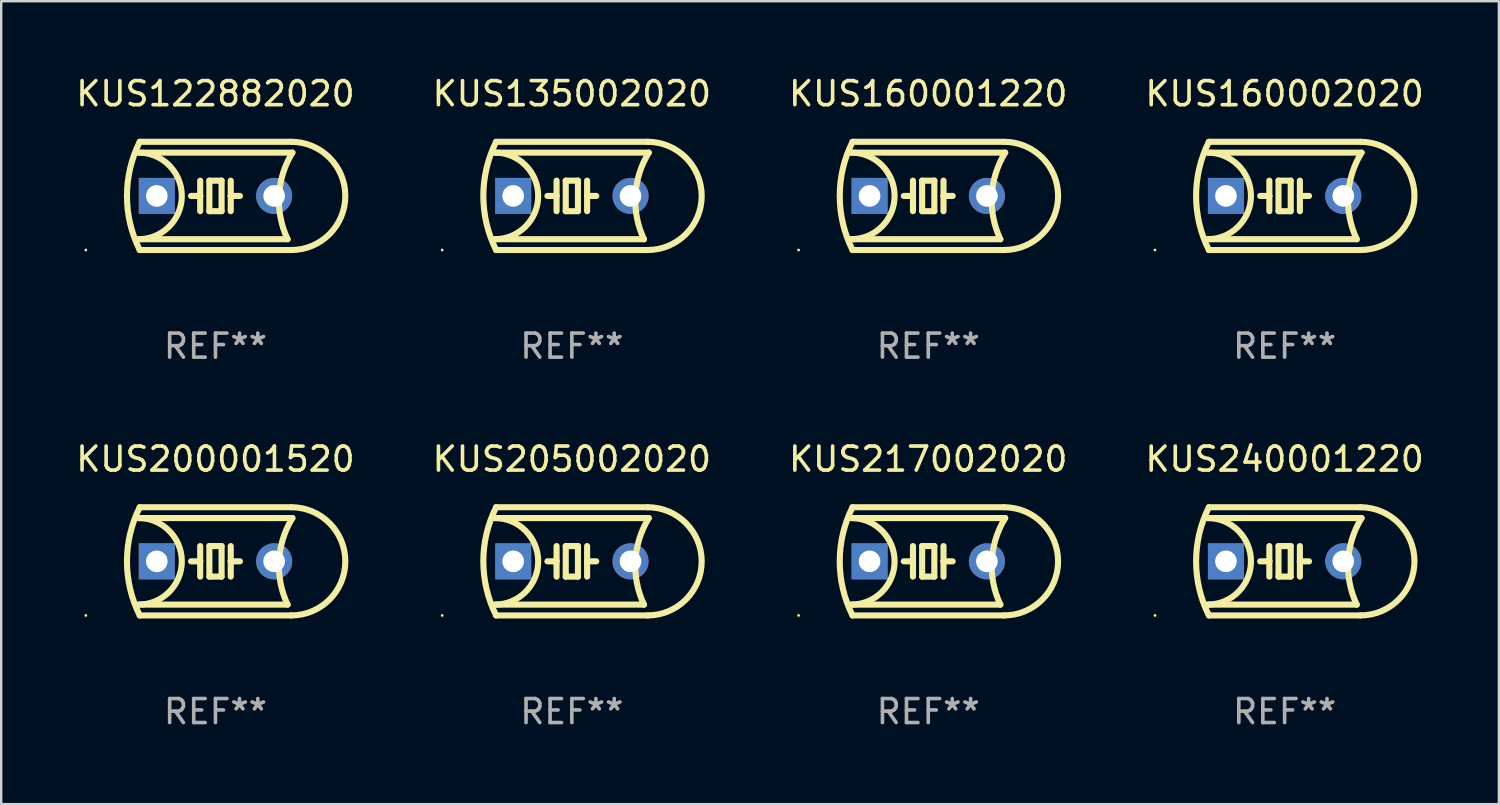
<source format=kicad_pcb>
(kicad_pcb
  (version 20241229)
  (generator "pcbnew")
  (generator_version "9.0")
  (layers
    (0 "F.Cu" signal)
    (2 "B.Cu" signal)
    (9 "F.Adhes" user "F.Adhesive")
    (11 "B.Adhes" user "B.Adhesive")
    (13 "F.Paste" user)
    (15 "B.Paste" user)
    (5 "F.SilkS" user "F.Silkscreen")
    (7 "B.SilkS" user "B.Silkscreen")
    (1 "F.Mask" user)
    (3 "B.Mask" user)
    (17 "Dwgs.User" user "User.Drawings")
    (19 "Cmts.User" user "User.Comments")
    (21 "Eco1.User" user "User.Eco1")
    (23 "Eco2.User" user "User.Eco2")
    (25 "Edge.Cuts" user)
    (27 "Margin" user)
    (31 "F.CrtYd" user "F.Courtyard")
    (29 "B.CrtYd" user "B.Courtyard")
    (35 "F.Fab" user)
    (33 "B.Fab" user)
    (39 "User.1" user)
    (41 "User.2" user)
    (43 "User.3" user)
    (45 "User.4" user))
  (footprint "KUS205002020"
    (layer "F.Cu")
    (at 20.732 20.295)
    (property "Reference" "KUS205002020" (at 0 -4.25 0) (layer "F.SilkS") (effects (font (size 1 1) (thickness 0.15))))
    (attr through_hole)
    (fp_line (start -3.2 -1.8) (end 3.2 -1.8) (stroke (width 0.254) (type solid)) (layer "F.SilkS"))
    (fp_line (start -3.15 2.25) (end 3.15 2.25) (stroke (width 0.254) (type solid)) (layer "F.SilkS"))
    (fp_line (start -0.635 -0.635) (end -0.635 0) (stroke (width 0.254) (type solid)) (layer "F.SilkS"))
    (fp_line (start -0.635 0) (end -1.016 0) (stroke (width 0.254) (type solid)) (layer "F.SilkS"))
    (fp_line (start -0.635 0) (end -0.635 0.635) (stroke (width 0.254) (type solid)) (layer "F.SilkS"))
    (fp_line (start -0.254 -0.635) (end -0.254 0.635) (stroke (width 0.254) (type solid)) (layer "F.SilkS"))
    (fp_line (start -0.254 0.635) (end 0.254 0.635) (stroke (width 0.254) (type solid)) (layer "F.SilkS"))
    (fp_line (start 0.254 -0.635) (end -0.254 -0.635) (stroke (width 0.254) (type solid)) (layer "F.SilkS"))
    (fp_line (start 0.254 0.635) (end 0.254 -0.635) (stroke (width 0.254) (type solid)) (layer "F.SilkS"))
    (fp_line (start 0.635 -0.635) (end 0.635 0) (stroke (width 0.254) (type solid)) (layer "F.SilkS"))
    (fp_line (start 0.635 0) (end 0.635 0.635) (stroke (width 0.254) (type solid)) (layer "F.SilkS"))
    (fp_line (start 0.635 0) (end 1.016 0) (stroke (width 0.254) (type solid)) (layer "F.SilkS"))
    (fp_line (start 3 1.8) (end -3.2 1.8) (stroke (width 0.254) (type solid)) (layer "F.SilkS"))
    (fp_line (start 3.15 -2.25) (end -3.15 -2.25) (stroke (width 0.254) (type solid)) (layer "F.SilkS"))
    (fp_arc (start -3.200406 -1.800864) (mid -1.399974 -0.000635) (end -3.2 1.8) (stroke (width 0.254001) (type solid)) (layer "F.SilkS"))
    (fp_arc (start -3.149606 2.250444) (mid -3.680941 0.000261) (end -3.149987 -2.250013) (stroke (width 0.254001) (type solid)) (layer "F.SilkS"))
    (fp_arc (start 2.999746 1.800863) (mid 2.642982 -0.024977) (end 3.2 -1.8) (stroke (width 0.254001) (type solid)) (layer "F.SilkS"))
    (fp_arc (start 3.149607 -2.250445) (mid 5.399848 -0.000406) (end 3.149987 2.250013) (stroke (width 0.254001) (type solid)) (layer "F.SilkS"))
    (fp_circle (center -5.392 2.25) (end -5.362 2.25) (stroke (width 0.06) (type solid)) (fill no) (layer "F.SilkS"))
    (fp_text user "REF**" (at 0 6.25 0) (layer "F.Fab") (effects (font (size 1 1) (thickness 0.15))))
    (pad "1" thru_hole rect (at -2.44 0) (size 1.5 1.5) (drill 0.9) (layers "*.Cu" "*.Mask"))
    (pad "2" thru_hole circle (at 2.44 0) (size 1.5 1.5) (drill 0.9) (layers "*.Cu" "*.Mask")))
  (footprint "KUS135002020"
    (layer "F.Cu")
    (at 20.732 5.098)
    (property "Reference" "KUS135002020" (at 0 -4.25 0) (layer "F.SilkS") (effects (font (size 1 1) (thickness 0.15))))
    (attr through_hole)
    (fp_line (start -3.2 -1.8) (end 3.2 -1.8) (stroke (width 0.254) (type solid)) (layer "F.SilkS"))
    (fp_line (start -3.15 2.25) (end 3.15 2.25) (stroke (width 0.254) (type solid)) (layer "F.SilkS"))
    (fp_line (start -0.635 -0.635) (end -0.635 0) (stroke (width 0.254) (type solid)) (layer "F.SilkS"))
    (fp_line (start -0.635 0) (end -1.016 0) (stroke (width 0.254) (type solid)) (layer "F.SilkS"))
    (fp_line (start -0.635 0) (end -0.635 0.635) (stroke (width 0.254) (type solid)) (layer "F.SilkS"))
    (fp_line (start -0.254 -0.635) (end -0.254 0.635) (stroke (width 0.254) (type solid)) (layer "F.SilkS"))
    (fp_line (start -0.254 0.635) (end 0.254 0.635) (stroke (width 0.254) (type solid)) (layer "F.SilkS"))
    (fp_line (start 0.254 -0.635) (end -0.254 -0.635) (stroke (width 0.254) (type solid)) (layer "F.SilkS"))
    (fp_line (start 0.254 0.635) (end 0.254 -0.635) (stroke (width 0.254) (type solid)) (layer "F.SilkS"))
    (fp_line (start 0.635 -0.635) (end 0.635 0) (stroke (width 0.254) (type solid)) (layer "F.SilkS"))
    (fp_line (start 0.635 0) (end 0.635 0.635) (stroke (width 0.254) (type solid)) (layer "F.SilkS"))
    (fp_line (start 0.635 0) (end 1.016 0) (stroke (width 0.254) (type solid)) (layer "F.SilkS"))
    (fp_line (start 3 1.8) (end -3.2 1.8) (stroke (width 0.254) (type solid)) (layer "F.SilkS"))
    (fp_line (start 3.15 -2.25) (end -3.15 -2.25) (stroke (width 0.254) (type solid)) (layer "F.SilkS"))
    (fp_arc (start -3.200406 -1.800864) (mid -1.399974 -0.000635) (end -3.2 1.8) (stroke (width 0.254001) (type solid)) (layer "F.SilkS"))
    (fp_arc (start -3.149606 2.250444) (mid -3.680941 0.000261) (end -3.149987 -2.250013) (stroke (width 0.254001) (type solid)) (layer "F.SilkS"))
    (fp_arc (start 2.999746 1.800863) (mid 2.642982 -0.024977) (end 3.2 -1.8) (stroke (width 0.254001) (type solid)) (layer "F.SilkS"))
    (fp_arc (start 3.149607 -2.250445) (mid 5.399848 -0.000406) (end 3.149987 2.250013) (stroke (width 0.254001) (type solid)) (layer "F.SilkS"))
    (fp_circle (center -5.392 2.25) (end -5.362 2.25) (stroke (width 0.06) (type solid)) (fill no) (layer "F.SilkS"))
    (fp_text user "REF**" (at 0 6.25 0) (layer "F.Fab") (effects (font (size 1 1) (thickness 0.15))))
    (pad "1" thru_hole rect (at -2.44 0) (size 1.5 1.5) (drill 0.9) (layers "*.Cu" "*.Mask"))
    (pad "2" thru_hole circle (at 2.44 0) (size 1.5 1.5) (drill 0.9) (layers "*.Cu" "*.Mask")))
  (footprint "KUS160001220"
    (layer "F.Cu")
    (at 35.554 5.098)
    (property "Reference" "KUS160001220" (at 0 -4.25 0) (layer "F.SilkS") (effects (font (size 1 1) (thickness 0.15))))
    (attr through_hole)
    (fp_line (start -3.2 -1.8) (end 3.2 -1.8) (stroke (width 0.254) (type solid)) (layer "F.SilkS"))
    (fp_line (start -3.15 2.25) (end 3.15 2.25) (stroke (width 0.254) (type solid)) (layer "F.SilkS"))
    (fp_line (start -0.635 -0.635) (end -0.635 0) (stroke (width 0.254) (type solid)) (layer "F.SilkS"))
    (fp_line (start -0.635 0) (end -1.016 0) (stroke (width 0.254) (type solid)) (layer "F.SilkS"))
    (fp_line (start -0.635 0) (end -0.635 0.635) (stroke (width 0.254) (type solid)) (layer "F.SilkS"))
    (fp_line (start -0.254 -0.635) (end -0.254 0.635) (stroke (width 0.254) (type solid)) (layer "F.SilkS"))
    (fp_line (start -0.254 0.635) (end 0.254 0.635) (stroke (width 0.254) (type solid)) (layer "F.SilkS"))
    (fp_line (start 0.254 -0.635) (end -0.254 -0.635) (stroke (width 0.254) (type solid)) (layer "F.SilkS"))
    (fp_line (start 0.254 0.635) (end 0.254 -0.635) (stroke (width 0.254) (type solid)) (layer "F.SilkS"))
    (fp_line (start 0.635 -0.635) (end 0.635 0) (stroke (width 0.254) (type solid)) (layer "F.SilkS"))
    (fp_line (start 0.635 0) (end 0.635 0.635) (stroke (width 0.254) (type solid)) (layer "F.SilkS"))
    (fp_line (start 0.635 0) (end 1.016 0) (stroke (width 0.254) (type solid)) (layer "F.SilkS"))
    (fp_line (start 3 1.8) (end -3.2 1.8) (stroke (width 0.254) (type solid)) (layer "F.SilkS"))
    (fp_line (start 3.15 -2.25) (end -3.15 -2.25) (stroke (width 0.254) (type solid)) (layer "F.SilkS"))
    (fp_arc (start -3.200406 -1.800864) (mid -1.399974 -0.000635) (end -3.2 1.8) (stroke (width 0.254001) (type solid)) (layer "F.SilkS"))
    (fp_arc (start -3.149606 2.250444) (mid -3.680941 0.000261) (end -3.149987 -2.250013) (stroke (width 0.254001) (type solid)) (layer "F.SilkS"))
    (fp_arc (start 2.999746 1.800863) (mid 2.642982 -0.024977) (end 3.2 -1.8) (stroke (width 0.254001) (type solid)) (layer "F.SilkS"))
    (fp_arc (start 3.149607 -2.250445) (mid 5.399848 -0.000406) (end 3.149987 2.250013) (stroke (width 0.254001) (type solid)) (layer "F.SilkS"))
    (fp_circle (center -5.392 2.25) (end -5.362 2.25) (stroke (width 0.06) (type solid)) (fill no) (layer "F.SilkS"))
    (fp_text user "REF**" (at 0 6.25 0) (layer "F.Fab") (effects (font (size 1 1) (thickness 0.15))))
    (pad "1" thru_hole rect (at -2.44 0) (size 1.5 1.5) (drill 0.9) (layers "*.Cu" "*.Mask"))
    (pad "2" thru_hole circle (at 2.44 0) (size 1.5 1.5) (drill 0.9) (layers "*.Cu" "*.Mask")))
  (footprint "KUS240001220"
    (layer "F.Cu")
    (at 50.375 20.295)
    (property "Reference" "KUS240001220" (at 0 -4.25 0) (layer "F.SilkS") (effects (font (size 1 1) (thickness 0.15))))
    (attr through_hole)
    (fp_line (start -3.2 -1.8) (end 3.2 -1.8) (stroke (width 0.254) (type solid)) (layer "F.SilkS"))
    (fp_line (start -3.15 2.25) (end 3.15 2.25) (stroke (width 0.254) (type solid)) (layer "F.SilkS"))
    (fp_line (start -0.635 -0.635) (end -0.635 0) (stroke (width 0.254) (type solid)) (layer "F.SilkS"))
    (fp_line (start -0.635 0) (end -1.016 0) (stroke (width 0.254) (type solid)) (layer "F.SilkS"))
    (fp_line (start -0.635 0) (end -0.635 0.635) (stroke (width 0.254) (type solid)) (layer "F.SilkS"))
    (fp_line (start -0.254 -0.635) (end -0.254 0.635) (stroke (width 0.254) (type solid)) (layer "F.SilkS"))
    (fp_line (start -0.254 0.635) (end 0.254 0.635) (stroke (width 0.254) (type solid)) (layer "F.SilkS"))
    (fp_line (start 0.254 -0.635) (end -0.254 -0.635) (stroke (width 0.254) (type solid)) (layer "F.SilkS"))
    (fp_line (start 0.254 0.635) (end 0.254 -0.635) (stroke (width 0.254) (type solid)) (layer "F.SilkS"))
    (fp_line (start 0.635 -0.635) (end 0.635 0) (stroke (width 0.254) (type solid)) (layer "F.SilkS"))
    (fp_line (start 0.635 0) (end 0.635 0.635) (stroke (width 0.254) (type solid)) (layer "F.SilkS"))
    (fp_line (start 0.635 0) (end 1.016 0) (stroke (width 0.254) (type solid)) (layer "F.SilkS"))
    (fp_line (start 3 1.8) (end -3.2 1.8) (stroke (width 0.254) (type solid)) (layer "F.SilkS"))
    (fp_line (start 3.15 -2.25) (end -3.15 -2.25) (stroke (width 0.254) (type solid)) (layer "F.SilkS"))
    (fp_arc (start -3.200406 -1.800864) (mid -1.399974 -0.000635) (end -3.2 1.8) (stroke (width 0.254001) (type solid)) (layer "F.SilkS"))
    (fp_arc (start -3.149606 2.250444) (mid -3.680941 0.000261) (end -3.149987 -2.250013) (stroke (width 0.254001) (type solid)) (layer "F.SilkS"))
    (fp_arc (start 2.999746 1.800863) (mid 2.642982 -0.024977) (end 3.2 -1.8) (stroke (width 0.254001) (type solid)) (layer "F.SilkS"))
    (fp_arc (start 3.149607 -2.250445) (mid 5.399848 -0.000406) (end 3.149987 2.250013) (stroke (width 0.254001) (type solid)) (layer "F.SilkS"))
    (fp_circle (center -5.392 2.25) (end -5.362 2.25) (stroke (width 0.06) (type solid)) (fill no) (layer "F.SilkS"))
    (fp_text user "REF**" (at 0 6.25 0) (layer "F.Fab") (effects (font (size 1 1) (thickness 0.15))))
    (pad "1" thru_hole rect (at -2.44 0) (size 1.5 1.5) (drill 0.9) (layers "*.Cu" "*.Mask"))
    (pad "2" thru_hole circle (at 2.44 0) (size 1.5 1.5) (drill 0.9) (layers "*.Cu" "*.Mask")))
  (footprint "KUS200001520"
    (layer "F.Cu")
    (at 5.911 20.295)
    (property "Reference" "KUS200001520" (at 0 -4.25 0) (layer "F.SilkS") (effects (font (size 1 1) (thickness 0.15))))
    (attr through_hole)
    (fp_line (start -3.2 -1.8) (end 3.2 -1.8) (stroke (width 0.254) (type solid)) (layer "F.SilkS"))
    (fp_line (start -3.15 2.25) (end 3.15 2.25) (stroke (width 0.254) (type solid)) (layer "F.SilkS"))
    (fp_line (start -0.635 -0.635) (end -0.635 0) (stroke (width 0.254) (type solid)) (layer "F.SilkS"))
    (fp_line (start -0.635 0) (end -1.016 0) (stroke (width 0.254) (type solid)) (layer "F.SilkS"))
    (fp_line (start -0.635 0) (end -0.635 0.635) (stroke (width 0.254) (type solid)) (layer "F.SilkS"))
    (fp_line (start -0.254 -0.635) (end -0.254 0.635) (stroke (width 0.254) (type solid)) (layer "F.SilkS"))
    (fp_line (start -0.254 0.635) (end 0.254 0.635) (stroke (width 0.254) (type solid)) (layer "F.SilkS"))
    (fp_line (start 0.254 -0.635) (end -0.254 -0.635) (stroke (width 0.254) (type solid)) (layer "F.SilkS"))
    (fp_line (start 0.254 0.635) (end 0.254 -0.635) (stroke (width 0.254) (type solid)) (layer "F.SilkS"))
    (fp_line (start 0.635 -0.635) (end 0.635 0) (stroke (width 0.254) (type solid)) (layer "F.SilkS"))
    (fp_line (start 0.635 0) (end 0.635 0.635) (stroke (width 0.254) (type solid)) (layer "F.SilkS"))
    (fp_line (start 0.635 0) (end 1.016 0) (stroke (width 0.254) (type solid)) (layer "F.SilkS"))
    (fp_line (start 3 1.8) (end -3.2 1.8) (stroke (width 0.254) (type solid)) (layer "F.SilkS"))
    (fp_line (start 3.15 -2.25) (end -3.15 -2.25) (stroke (width 0.254) (type solid)) (layer "F.SilkS"))
    (fp_arc (start -3.200406 -1.800864) (mid -1.399974 -0.000635) (end -3.2 1.8) (stroke (width 0.254001) (type solid)) (layer "F.SilkS"))
    (fp_arc (start -3.149606 2.250444) (mid -3.680941 0.000261) (end -3.149987 -2.250013) (stroke (width 0.254001) (type solid)) (layer "F.SilkS"))
    (fp_arc (start 2.999746 1.800863) (mid 2.642982 -0.024977) (end 3.2 -1.8) (stroke (width 0.254001) (type solid)) (layer "F.SilkS"))
    (fp_arc (start 3.149607 -2.250445) (mid 5.399848 -0.000406) (end 3.149987 2.250013) (stroke (width 0.254001) (type solid)) (layer "F.SilkS"))
    (fp_circle (center -5.392 2.25) (end -5.362 2.25) (stroke (width 0.06) (type solid)) (fill no) (layer "F.SilkS"))
    (fp_text user "REF**" (at 0 6.25 0) (layer "F.Fab") (effects (font (size 1 1) (thickness 0.15))))
    (pad "1" thru_hole rect (at -2.44 0) (size 1.5 1.5) (drill 0.9) (layers "*.Cu" "*.Mask"))
    (pad "2" thru_hole circle (at 2.44 0) (size 1.5 1.5) (drill 0.9) (layers "*.Cu" "*.Mask")))
  (footprint "KUS160002020"
    (layer "F.Cu")
    (at 50.375 5.098)
    (property "Reference" "KUS160002020" (at 0 -4.25 0) (layer "F.SilkS") (effects (font (size 1 1) (thickness 0.15))))
    (attr through_hole)
    (fp_line (start -3.2 -1.8) (end 3.2 -1.8) (stroke (width 0.254) (type solid)) (layer "F.SilkS"))
    (fp_line (start -3.15 2.25) (end 3.15 2.25) (stroke (width 0.254) (type solid)) (layer "F.SilkS"))
    (fp_line (start -0.635 -0.635) (end -0.635 0) (stroke (width 0.254) (type solid)) (layer "F.SilkS"))
    (fp_line (start -0.635 0) (end -1.016 0) (stroke (width 0.254) (type solid)) (layer "F.SilkS"))
    (fp_line (start -0.635 0) (end -0.635 0.635) (stroke (width 0.254) (type solid)) (layer "F.SilkS"))
    (fp_line (start -0.254 -0.635) (end -0.254 0.635) (stroke (width 0.254) (type solid)) (layer "F.SilkS"))
    (fp_line (start -0.254 0.635) (end 0.254 0.635) (stroke (width 0.254) (type solid)) (layer "F.SilkS"))
    (fp_line (start 0.254 -0.635) (end -0.254 -0.635) (stroke (width 0.254) (type solid)) (layer "F.SilkS"))
    (fp_line (start 0.254 0.635) (end 0.254 -0.635) (stroke (width 0.254) (type solid)) (layer "F.SilkS"))
    (fp_line (start 0.635 -0.635) (end 0.635 0) (stroke (width 0.254) (type solid)) (layer "F.SilkS"))
    (fp_line (start 0.635 0) (end 0.635 0.635) (stroke (width 0.254) (type solid)) (layer "F.SilkS"))
    (fp_line (start 0.635 0) (end 1.016 0) (stroke (width 0.254) (type solid)) (layer "F.SilkS"))
    (fp_line (start 3 1.8) (end -3.2 1.8) (stroke (width 0.254) (type solid)) (layer "F.SilkS"))
    (fp_line (start 3.15 -2.25) (end -3.15 -2.25) (stroke (width 0.254) (type solid)) (layer "F.SilkS"))
    (fp_arc (start -3.200406 -1.800864) (mid -1.399974 -0.000635) (end -3.2 1.8) (stroke (width 0.254001) (type solid)) (layer "F.SilkS"))
    (fp_arc (start -3.149606 2.250444) (mid -3.680941 0.000261) (end -3.149987 -2.250013) (stroke (width 0.254001) (type solid)) (layer "F.SilkS"))
    (fp_arc (start 2.999746 1.800863) (mid 2.642982 -0.024977) (end 3.2 -1.8) (stroke (width 0.254001) (type solid)) (layer "F.SilkS"))
    (fp_arc (start 3.149607 -2.250445) (mid 5.399848 -0.000406) (end 3.149987 2.250013) (stroke (width 0.254001) (type solid)) (layer "F.SilkS"))
    (fp_circle (center -5.392 2.25) (end -5.362 2.25) (stroke (width 0.06) (type solid)) (fill no) (layer "F.SilkS"))
    (fp_text user "REF**" (at 0 6.25 0) (layer "F.Fab") (effects (font (size 1 1) (thickness 0.15))))
    (pad "1" thru_hole rect (at -2.44 0) (size 1.5 1.5) (drill 0.9) (layers "*.Cu" "*.Mask"))
    (pad "2" thru_hole circle (at 2.44 0) (size 1.5 1.5) (drill 0.9) (layers "*.Cu" "*.Mask")))
  (footprint "KUS122882020"
    (layer "F.Cu")
    (at 5.911 5.098)
    (property "Reference" "KUS122882020" (at 0 -4.25 0) (layer "F.SilkS") (effects (font (size 1 1) (thickness 0.15))))
    (attr through_hole)
    (fp_line (start -3.2 -1.8) (end 3.2 -1.8) (stroke (width 0.254) (type solid)) (layer "F.SilkS"))
    (fp_line (start -3.15 2.25) (end 3.15 2.25) (stroke (width 0.254) (type solid)) (layer "F.SilkS"))
    (fp_line (start -0.635 -0.635) (end -0.635 0) (stroke (width 0.254) (type solid)) (layer "F.SilkS"))
    (fp_line (start -0.635 0) (end -1.016 0) (stroke (width 0.254) (type solid)) (layer "F.SilkS"))
    (fp_line (start -0.635 0) (end -0.635 0.635) (stroke (width 0.254) (type solid)) (layer "F.SilkS"))
    (fp_line (start -0.254 -0.635) (end -0.254 0.635) (stroke (width 0.254) (type solid)) (layer "F.SilkS"))
    (fp_line (start -0.254 0.635) (end 0.254 0.635) (stroke (width 0.254) (type solid)) (layer "F.SilkS"))
    (fp_line (start 0.254 -0.635) (end -0.254 -0.635) (stroke (width 0.254) (type solid)) (layer "F.SilkS"))
    (fp_line (start 0.254 0.635) (end 0.254 -0.635) (stroke (width 0.254) (type solid)) (layer "F.SilkS"))
    (fp_line (start 0.635 -0.635) (end 0.635 0) (stroke (width 0.254) (type solid)) (layer "F.SilkS"))
    (fp_line (start 0.635 0) (end 0.635 0.635) (stroke (width 0.254) (type solid)) (layer "F.SilkS"))
    (fp_line (start 0.635 0) (end 1.016 0) (stroke (width 0.254) (type solid)) (layer "F.SilkS"))
    (fp_line (start 3 1.8) (end -3.2 1.8) (stroke (width 0.254) (type solid)) (layer "F.SilkS"))
    (fp_line (start 3.15 -2.25) (end -3.15 -2.25) (stroke (width 0.254) (type solid)) (layer "F.SilkS"))
    (fp_arc (start -3.200406 -1.800864) (mid -1.399974 -0.000635) (end -3.2 1.8) (stroke (width 0.254001) (type solid)) (layer "F.SilkS"))
    (fp_arc (start -3.149606 2.250444) (mid -3.680941 0.000261) (end -3.149987 -2.250013) (stroke (width 0.254001) (type solid)) (layer "F.SilkS"))
    (fp_arc (start 2.999746 1.800863) (mid 2.642982 -0.024977) (end 3.2 -1.8) (stroke (width 0.254001) (type solid)) (layer "F.SilkS"))
    (fp_arc (start 3.149607 -2.250445) (mid 5.399848 -0.000406) (end 3.149987 2.250013) (stroke (width 0.254001) (type solid)) (layer "F.SilkS"))
    (fp_circle (center -5.392 2.25) (end -5.362 2.25) (stroke (width 0.06) (type solid)) (fill no) (layer "F.SilkS"))
    (fp_text user "REF**" (at 0 6.25 0) (layer "F.Fab") (effects (font (size 1 1) (thickness 0.15))))
    (pad "1" thru_hole rect (at -2.44 0) (size 1.5 1.5) (drill 0.9) (layers "*.Cu" "*.Mask"))
    (pad "2" thru_hole circle (at 2.44 0) (size 1.5 1.5) (drill 0.9) (layers "*.Cu" "*.Mask")))
  (footprint "KUS217002020"
    (layer "F.Cu")
    (at 35.554 20.295)
    (property "Reference" "KUS217002020" (at 0 -4.25 0) (layer "F.SilkS") (effects (font (size 1 1) (thickness 0.15))))
    (attr through_hole)
    (fp_line (start -3.2 -1.8) (end 3.2 -1.8) (stroke (width 0.254) (type solid)) (layer "F.SilkS"))
    (fp_line (start -3.15 2.25) (end 3.15 2.25) (stroke (width 0.254) (type solid)) (layer "F.SilkS"))
    (fp_line (start -0.635 -0.635) (end -0.635 0) (stroke (width 0.254) (type solid)) (layer "F.SilkS"))
    (fp_line (start -0.635 0) (end -1.016 0) (stroke (width 0.254) (type solid)) (layer "F.SilkS"))
    (fp_line (start -0.635 0) (end -0.635 0.635) (stroke (width 0.254) (type solid)) (layer "F.SilkS"))
    (fp_line (start -0.254 -0.635) (end -0.254 0.635) (stroke (width 0.254) (type solid)) (layer "F.SilkS"))
    (fp_line (start -0.254 0.635) (end 0.254 0.635) (stroke (width 0.254) (type solid)) (layer "F.SilkS"))
    (fp_line (start 0.254 -0.635) (end -0.254 -0.635) (stroke (width 0.254) (type solid)) (layer "F.SilkS"))
    (fp_line (start 0.254 0.635) (end 0.254 -0.635) (stroke (width 0.254) (type solid)) (layer "F.SilkS"))
    (fp_line (start 0.635 -0.635) (end 0.635 0) (stroke (width 0.254) (type solid)) (layer "F.SilkS"))
    (fp_line (start 0.635 0) (end 0.635 0.635) (stroke (width 0.254) (type solid)) (layer "F.SilkS"))
    (fp_line (start 0.635 0) (end 1.016 0) (stroke (width 0.254) (type solid)) (layer "F.SilkS"))
    (fp_line (start 3 1.8) (end -3.2 1.8) (stroke (width 0.254) (type solid)) (layer "F.SilkS"))
    (fp_line (start 3.15 -2.25) (end -3.15 -2.25) (stroke (width 0.254) (type solid)) (layer "F.SilkS"))
    (fp_arc (start -3.200406 -1.800864) (mid -1.399974 -0.000635) (end -3.2 1.8) (stroke (width 0.254001) (type solid)) (layer "F.SilkS"))
    (fp_arc (start -3.149606 2.250444) (mid -3.680941 0.000261) (end -3.149987 -2.250013) (stroke (width 0.254001) (type solid)) (layer "F.SilkS"))
    (fp_arc (start 2.999746 1.800863) (mid 2.642982 -0.024977) (end 3.2 -1.8) (stroke (width 0.254001) (type solid)) (layer "F.SilkS"))
    (fp_arc (start 3.149607 -2.250445) (mid 5.399848 -0.000406) (end 3.149987 2.250013) (stroke (width 0.254001) (type solid)) (layer "F.SilkS"))
    (fp_circle (center -5.392 2.25) (end -5.362 2.25) (stroke (width 0.06) (type solid)) (fill no) (layer "F.SilkS"))
    (fp_text user "REF**" (at 0 6.25 0) (layer "F.Fab") (effects (font (size 1 1) (thickness 0.15))))
    (pad "1" thru_hole rect (at -2.44 0) (size 1.5 1.5) (drill 0.9) (layers "*.Cu" "*.Mask"))
    (pad "2" thru_hole circle (at 2.44 0) (size 1.5 1.5) (drill 0.9) (layers "*.Cu" "*.Mask")))
  (gr_rect
    (start -3 -3)
    (end 59.286 30.393)
    (stroke (width 0.1) (type default))
    (fill no)
    (layer "Edge.Cuts")))
</source>
